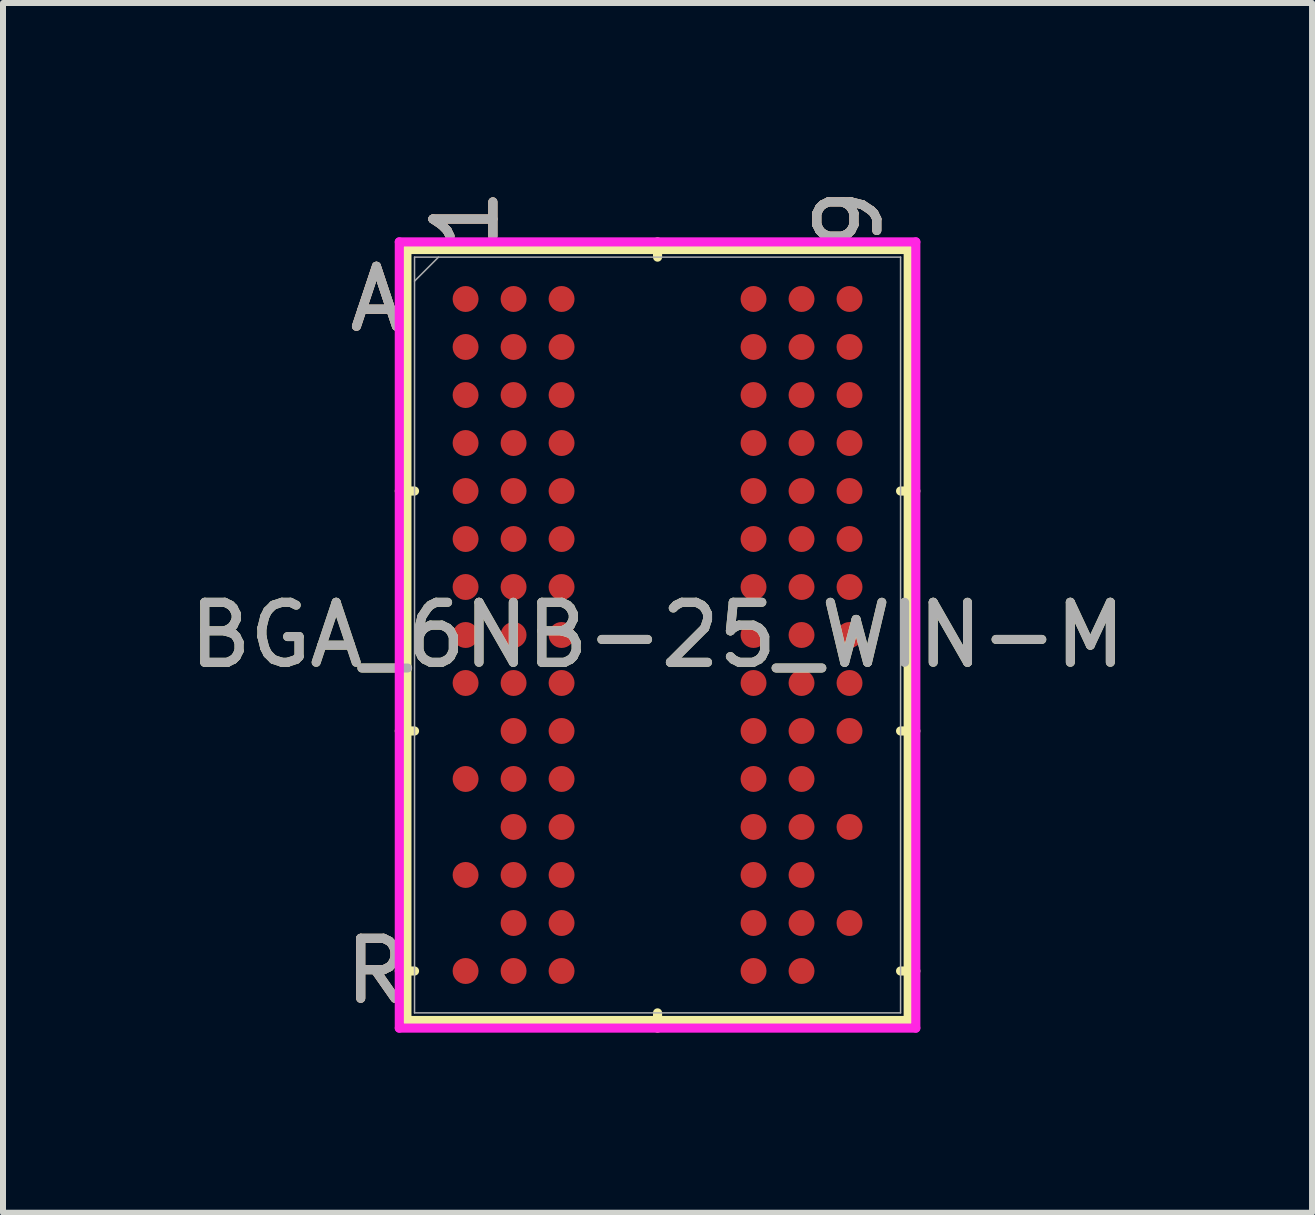
<source format=kicad_pcb>
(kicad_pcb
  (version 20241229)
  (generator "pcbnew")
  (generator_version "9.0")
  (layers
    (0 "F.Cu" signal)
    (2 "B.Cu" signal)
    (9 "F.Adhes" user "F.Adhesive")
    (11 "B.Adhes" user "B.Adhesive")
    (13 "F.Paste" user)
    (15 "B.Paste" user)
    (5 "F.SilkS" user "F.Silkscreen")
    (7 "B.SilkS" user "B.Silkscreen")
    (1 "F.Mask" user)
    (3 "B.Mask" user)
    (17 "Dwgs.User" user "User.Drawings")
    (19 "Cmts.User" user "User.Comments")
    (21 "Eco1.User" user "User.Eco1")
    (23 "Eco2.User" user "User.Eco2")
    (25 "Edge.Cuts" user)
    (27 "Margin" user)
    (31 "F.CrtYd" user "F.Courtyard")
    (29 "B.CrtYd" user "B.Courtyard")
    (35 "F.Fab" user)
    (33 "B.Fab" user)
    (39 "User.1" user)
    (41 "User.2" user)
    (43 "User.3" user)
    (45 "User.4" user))
  (footprint "BGA_6NB-25_WIN-M"
    (layer "F.Cu")
    (at 7.911 7.535)
    (property "Reference" "BGA_6NB-25_WIN-M" (at 0 0 0) (unlocked yes) (layer "F.SilkS") (effects (font (size 1 1) (thickness 0.15))))
    (attr smd)
    (fp_line (start -4.178 -6.426) (end -4.178 6.426) (stroke (width 0.152) (type solid)) (layer "F.SilkS"))
    (fp_line (start -4.178 6.426) (end 4.178 6.426) (stroke (width 0.152) (type solid)) (layer "F.SilkS"))
    (fp_line (start -4.051 -2.4) (end -4.305 -2.4) (stroke (width 0.152) (type solid)) (layer "F.SilkS"))
    (fp_line (start -4.051 1.6) (end -4.305 1.6) (stroke (width 0.152) (type solid)) (layer "F.SilkS"))
    (fp_line (start -4.051 5.601) (end -4.305 5.601) (stroke (width 0.152) (type solid)) (layer "F.SilkS"))
    (fp_line (start 0 -6.299) (end 0 -6.553) (stroke (width 0.152) (type solid)) (layer "F.SilkS"))
    (fp_line (start 0 6.299) (end 0 6.553) (stroke (width 0.152) (type solid)) (layer "F.SilkS"))
    (fp_line (start 4.051 -2.4) (end 4.305 -2.4) (stroke (width 0.152) (type solid)) (layer "F.SilkS"))
    (fp_line (start 4.051 1.6) (end 4.305 1.6) (stroke (width 0.152) (type solid)) (layer "F.SilkS"))
    (fp_line (start 4.051 5.601) (end 4.305 5.601) (stroke (width 0.152) (type solid)) (layer "F.SilkS"))
    (fp_line (start 4.178 -6.426) (end -4.178 -6.426) (stroke (width 0.152) (type solid)) (layer "F.SilkS"))
    (fp_line (start 4.178 6.426) (end 4.178 -6.426) (stroke (width 0.152) (type solid)) (layer "F.SilkS"))
    (fp_poly (pts (xy -4.045 -6.445) (xy 4.045 -6.445) (xy 4.045 6.445) (xy -4.045 6.445)) (stroke (width 0.1) (type solid)) (fill no) (layer "Eco2.User"))
    (fp_line (start -4.305 -6.553) (end 4.305 -6.553) (stroke (width 0.152) (type solid)) (layer "F.CrtYd"))
    (fp_line (start -4.305 6.553) (end -4.305 -6.553) (stroke (width 0.152) (type solid)) (layer "F.CrtYd"))
    (fp_line (start 4.305 -6.553) (end 4.305 6.553) (stroke (width 0.152) (type solid)) (layer "F.CrtYd"))
    (fp_line (start 4.305 6.553) (end -4.305 6.553) (stroke (width 0.152) (type solid)) (layer "F.CrtYd"))
    (fp_line (start -4.051 -6.299) (end -4.051 6.299) (stroke (width 0.025) (type solid)) (layer "F.Fab"))
    (fp_line (start -4.051 6.299) (end 4.051 6.299) (stroke (width 0.025) (type solid)) (layer "F.Fab"))
    (fp_line (start -3.651 -6.299) (end -4.051 -5.899) (stroke (width 0.025) (type solid)) (layer "F.Fab"))
    (fp_line (start 4.051 -6.299) (end -4.051 -6.299) (stroke (width 0.025) (type solid)) (layer "F.Fab"))
    (fp_line (start 4.051 6.299) (end 4.051 -6.299) (stroke (width 0.025) (type solid)) (layer "F.Fab"))
    (fp_text user "9" (at 3.2 -6.934 90) (unlocked yes) (layer "F.SilkS") (effects (font (size 1 1) (thickness 0.15))))
    (fp_text user "1" (at -3.2 -6.934 90) (unlocked yes) (layer "F.SilkS") (effects (font (size 1 1) (thickness 0.15))))
    (fp_text user "A" (at -4.686 -5.601 0) (unlocked yes) (layer "F.SilkS") (effects (font (size 1 1) (thickness 0.15))))
    (fp_text user "R" (at -4.686 5.601 0) (unlocked yes) (layer "F.SilkS") (effects (font (size 1 1) (thickness 0.15))))
    (fp_text user "R" (at -4.686 5.601 0) (unlocked yes) (layer "B.SilkS") (effects (font (size 1 1) (thickness 0.15))))
    (fp_text user "A" (at -4.686 -5.601 0) (unlocked yes) (layer "B.SilkS") (effects (font (size 1 1) (thickness 0.15))))
    (fp_text user "9" (at 3.2 -6.934 90) (unlocked yes) (layer "B.SilkS") (effects (font (size 1 1) (thickness 0.15))))
    (fp_text user "1" (at -3.2 -6.934 90) (unlocked yes) (layer "B.SilkS") (effects (font (size 1 1) (thickness 0.15))))
    (fp_text user "R" (at -4.686 5.601 0) (unlocked yes) (layer "F.Fab") (effects (font (size 1 1) (thickness 0.15))))
    (fp_text user "9" (at 3.2 -6.934 90) (unlocked yes) (layer "F.Fab") (effects (font (size 1 1) (thickness 0.15))))
    (fp_text user "A" (at -4.686 -5.601 0) (unlocked yes) (layer "F.Fab") (effects (font (size 1 1) (thickness 0.15))))
    (fp_text user "1" (at -3.2 -6.934 90) (unlocked yes) (layer "F.Fab") (effects (font (size 1 1) (thickness 0.15))))
    (fp_text user "${REFERENCE}" (at 0 0 0) (unlocked yes) (layer "F.Fab") (effects (font (size 1 1) (thickness 0.15))))
    (pad "A1" smd circle (at -3.2 -5.601) (size 0.432 0.432) (layers "F.Cu" "F.Mask" "F.Paste"))
    (pad "A2" smd circle (at -2.4 -5.601) (size 0.432 0.432) (layers "F.Cu" "F.Mask" "F.Paste"))
    (pad "A3" smd circle (at -1.6 -5.601) (size 0.432 0.432) (layers "F.Cu" "F.Mask" "F.Paste"))
    (pad "A7" smd circle (at 1.6 -5.601) (size 0.432 0.432) (layers "F.Cu" "F.Mask" "F.Paste"))
    (pad "A8" smd circle (at 2.4 -5.601) (size 0.432 0.432) (layers "F.Cu" "F.Mask" "F.Paste"))
    (pad "A9" smd circle (at 3.2 -5.601) (size 0.432 0.432) (layers "F.Cu" "F.Mask" "F.Paste"))
    (pad "B1" smd circle (at -3.2 -4.801) (size 0.432 0.432) (layers "F.Cu" "F.Mask" "F.Paste"))
    (pad "B2" smd circle (at -2.4 -4.801) (size 0.432 0.432) (layers "F.Cu" "F.Mask" "F.Paste"))
    (pad "B3" smd circle (at -1.6 -4.801) (size 0.432 0.432) (layers "F.Cu" "F.Mask" "F.Paste"))
    (pad "B7" smd circle (at 1.6 -4.801) (size 0.432 0.432) (layers "F.Cu" "F.Mask" "F.Paste"))
    (pad "B8" smd circle (at 2.4 -4.801) (size 0.432 0.432) (layers "F.Cu" "F.Mask" "F.Paste"))
    (pad "B9" smd circle (at 3.2 -4.801) (size 0.432 0.432) (layers "F.Cu" "F.Mask" "F.Paste"))
    (pad "C1" smd circle (at -3.2 -4) (size 0.432 0.432) (layers "F.Cu" "F.Mask" "F.Paste"))
    (pad "C2" smd circle (at -2.4 -4) (size 0.432 0.432) (layers "F.Cu" "F.Mask" "F.Paste"))
    (pad "C3" smd circle (at -1.6 -4) (size 0.432 0.432) (layers "F.Cu" "F.Mask" "F.Paste"))
    (pad "C7" smd circle (at 1.6 -4) (size 0.432 0.432) (layers "F.Cu" "F.Mask" "F.Paste"))
    (pad "C8" smd circle (at 2.4 -4) (size 0.432 0.432) (layers "F.Cu" "F.Mask" "F.Paste"))
    (pad "C9" smd circle (at 3.2 -4) (size 0.432 0.432) (layers "F.Cu" "F.Mask" "F.Paste"))
    (pad "D1" smd circle (at -3.2 -3.2) (size 0.432 0.432) (layers "F.Cu" "F.Mask" "F.Paste"))
    (pad "D2" smd circle (at -2.4 -3.2) (size 0.432 0.432) (layers "F.Cu" "F.Mask" "F.Paste"))
    (pad "D3" smd circle (at -1.6 -3.2) (size 0.432 0.432) (layers "F.Cu" "F.Mask" "F.Paste"))
    (pad "D7" smd circle (at 1.6 -3.2) (size 0.432 0.432) (layers "F.Cu" "F.Mask" "F.Paste"))
    (pad "D8" smd circle (at 2.4 -3.2) (size 0.432 0.432) (layers "F.Cu" "F.Mask" "F.Paste"))
    (pad "D9" smd circle (at 3.2 -3.2) (size 0.432 0.432) (layers "F.Cu" "F.Mask" "F.Paste"))
    (pad "E1" smd circle (at -3.2 -2.4) (size 0.432 0.432) (layers "F.Cu" "F.Mask" "F.Paste"))
    (pad "E2" smd circle (at -2.4 -2.4) (size 0.432 0.432) (layers "F.Cu" "F.Mask" "F.Paste"))
    (pad "E3" smd circle (at -1.6 -2.4) (size 0.432 0.432) (layers "F.Cu" "F.Mask" "F.Paste"))
    (pad "E7" smd circle (at 1.6 -2.4) (size 0.432 0.432) (layers "F.Cu" "F.Mask" "F.Paste"))
    (pad "E8" smd circle (at 2.4 -2.4) (size 0.432 0.432) (layers "F.Cu" "F.Mask" "F.Paste"))
    (pad "E9" smd circle (at 3.2 -2.4) (size 0.432 0.432) (layers "F.Cu" "F.Mask" "F.Paste"))
    (pad "F1" smd circle (at -3.2 -1.6) (size 0.432 0.432) (layers "F.Cu" "F.Mask" "F.Paste"))
    (pad "F2" smd circle (at -2.4 -1.6) (size 0.432 0.432) (layers "F.Cu" "F.Mask" "F.Paste"))
    (pad "F3" smd circle (at -1.6 -1.6) (size 0.432 0.432) (layers "F.Cu" "F.Mask" "F.Paste"))
    (pad "F7" smd circle (at 1.6 -1.6) (size 0.432 0.432) (layers "F.Cu" "F.Mask" "F.Paste"))
    (pad "F8" smd circle (at 2.4 -1.6) (size 0.432 0.432) (layers "F.Cu" "F.Mask" "F.Paste"))
    (pad "F9" smd circle (at 3.2 -1.6) (size 0.432 0.432) (layers "F.Cu" "F.Mask" "F.Paste"))
    (pad "G1" smd circle (at -3.2 -0.8) (size 0.432 0.432) (layers "F.Cu" "F.Mask" "F.Paste"))
    (pad "G2" smd circle (at -2.4 -0.8) (size 0.432 0.432) (layers "F.Cu" "F.Mask" "F.Paste"))
    (pad "G3" smd circle (at -1.6 -0.8) (size 0.432 0.432) (layers "F.Cu" "F.Mask" "F.Paste"))
    (pad "G7" smd circle (at 1.6 -0.8) (size 0.432 0.432) (layers "F.Cu" "F.Mask" "F.Paste"))
    (pad "G8" smd circle (at 2.4 -0.8) (size 0.432 0.432) (layers "F.Cu" "F.Mask" "F.Paste"))
    (pad "G9" smd circle (at 3.2 -0.8) (size 0.432 0.432) (layers "F.Cu" "F.Mask" "F.Paste"))
    (pad "H1" smd circle (at -3.2 0) (size 0.432 0.432) (layers "F.Cu" "F.Mask" "F.Paste"))
    (pad "H2" smd circle (at -2.4 0) (size 0.432 0.432) (layers "F.Cu" "F.Mask" "F.Paste"))
    (pad "H3" smd circle (at -1.6 0) (size 0.432 0.432) (layers "F.Cu" "F.Mask" "F.Paste"))
    (pad "H7" smd circle (at 1.6 0) (size 0.432 0.432) (layers "F.Cu" "F.Mask" "F.Paste"))
    (pad "H8" smd circle (at 2.4 0) (size 0.432 0.432) (layers "F.Cu" "F.Mask" "F.Paste"))
    (pad "H9" smd circle (at 3.2 0) (size 0.432 0.432) (layers "F.Cu" "F.Mask" "F.Paste"))
    (pad "J1" smd circle (at -3.2 0.8) (size 0.432 0.432) (layers "F.Cu" "F.Mask" "F.Paste"))
    (pad "J2" smd circle (at -2.4 0.8) (size 0.432 0.432) (layers "F.Cu" "F.Mask" "F.Paste"))
    (pad "J3" smd circle (at -1.6 0.8) (size 0.432 0.432) (layers "F.Cu" "F.Mask" "F.Paste"))
    (pad "J7" smd circle (at 1.6 0.8) (size 0.432 0.432) (layers "F.Cu" "F.Mask" "F.Paste"))
    (pad "J8" smd circle (at 2.4 0.8) (size 0.432 0.432) (layers "F.Cu" "F.Mask" "F.Paste"))
    (pad "J9" smd circle (at 3.2 0.8) (size 0.432 0.432) (layers "F.Cu" "F.Mask" "F.Paste"))
    (pad "K2" smd circle (at -2.4 1.6) (size 0.432 0.432) (layers "F.Cu" "F.Mask" "F.Paste"))
    (pad "K3" smd circle (at -1.6 1.6) (size 0.432 0.432) (layers "F.Cu" "F.Mask" "F.Paste"))
    (pad "K7" smd circle (at 1.6 1.6) (size 0.432 0.432) (layers "F.Cu" "F.Mask" "F.Paste"))
    (pad "K8" smd circle (at 2.4 1.6) (size 0.432 0.432) (layers "F.Cu" "F.Mask" "F.Paste"))
    (pad "K9" smd circle (at 3.2 1.6) (size 0.432 0.432) (layers "F.Cu" "F.Mask" "F.Paste"))
    (pad "L1" smd circle (at -3.2 2.4) (size 0.432 0.432) (layers "F.Cu" "F.Mask" "F.Paste"))
    (pad "L2" smd circle (at -2.4 2.4) (size 0.432 0.432) (layers "F.Cu" "F.Mask" "F.Paste"))
    (pad "L3" smd circle (at -1.6 2.4) (size 0.432 0.432) (layers "F.Cu" "F.Mask" "F.Paste"))
    (pad "L7" smd circle (at 1.6 2.4) (size 0.432 0.432) (layers "F.Cu" "F.Mask" "F.Paste"))
    (pad "L8" smd circle (at 2.4 2.4) (size 0.432 0.432) (layers "F.Cu" "F.Mask" "F.Paste"))
    (pad "M2" smd circle (at -2.4 3.2) (size 0.432 0.432) (layers "F.Cu" "F.Mask" "F.Paste"))
    (pad "M3" smd circle (at -1.6 3.2) (size 0.432 0.432) (layers "F.Cu" "F.Mask" "F.Paste"))
    (pad "M7" smd circle (at 1.6 3.2) (size 0.432 0.432) (layers "F.Cu" "F.Mask" "F.Paste"))
    (pad "M8" smd circle (at 2.4 3.2) (size 0.432 0.432) (layers "F.Cu" "F.Mask" "F.Paste"))
    (pad "M9" smd circle (at 3.2 3.2) (size 0.432 0.432) (layers "F.Cu" "F.Mask" "F.Paste"))
    (pad "N1" smd circle (at -3.2 4) (size 0.432 0.432) (layers "F.Cu" "F.Mask" "F.Paste"))
    (pad "N2" smd circle (at -2.4 4) (size 0.432 0.432) (layers "F.Cu" "F.Mask" "F.Paste"))
    (pad "N3" smd circle (at -1.6 4) (size 0.432 0.432) (layers "F.Cu" "F.Mask" "F.Paste"))
    (pad "N7" smd circle (at 1.6 4) (size 0.432 0.432) (layers "F.Cu" "F.Mask" "F.Paste"))
    (pad "N8" smd circle (at 2.4 4) (size 0.432 0.432) (layers "F.Cu" "F.Mask" "F.Paste"))
    (pad "P2" smd circle (at -2.4 4.801) (size 0.432 0.432) (layers "F.Cu" "F.Mask" "F.Paste"))
    (pad "P3" smd circle (at -1.6 4.801) (size 0.432 0.432) (layers "F.Cu" "F.Mask" "F.Paste"))
    (pad "P7" smd circle (at 1.6 4.801) (size 0.432 0.432) (layers "F.Cu" "F.Mask" "F.Paste"))
    (pad "P8" smd circle (at 2.4 4.801) (size 0.432 0.432) (layers "F.Cu" "F.Mask" "F.Paste"))
    (pad "P9" smd circle (at 3.2 4.801) (size 0.432 0.432) (layers "F.Cu" "F.Mask" "F.Paste"))
    (pad "R1" smd circle (at -3.2 5.601) (size 0.432 0.432) (layers "F.Cu" "F.Mask" "F.Paste"))
    (pad "R2" smd circle (at -2.4 5.601) (size 0.432 0.432) (layers "F.Cu" "F.Mask" "F.Paste"))
    (pad "R3" smd circle (at -1.6 5.601) (size 0.432 0.432) (layers "F.Cu" "F.Mask" "F.Paste"))
    (pad "R7" smd circle (at 1.6 5.601) (size 0.432 0.432) (layers "F.Cu" "F.Mask" "F.Paste"))
    (pad "R8" smd circle (at 2.4 5.601) (size 0.432 0.432) (layers "F.Cu" "F.Mask" "F.Paste")))
  (gr_rect
    (start -3 -3)
    (end 18.821 17.165)
    (stroke (width 0.1) (type default))
    (fill no)
    (layer "Edge.Cuts")))
</source>
